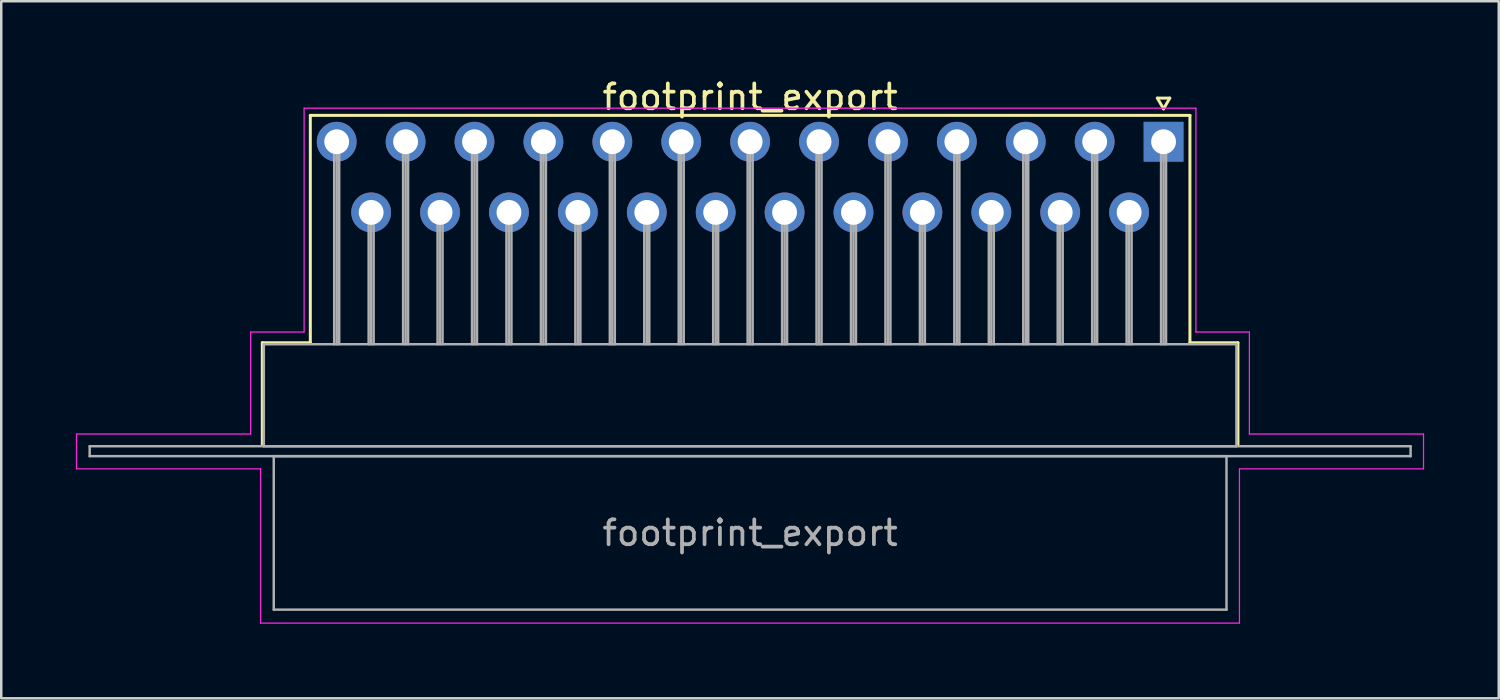
<source format=kicad_pcb>
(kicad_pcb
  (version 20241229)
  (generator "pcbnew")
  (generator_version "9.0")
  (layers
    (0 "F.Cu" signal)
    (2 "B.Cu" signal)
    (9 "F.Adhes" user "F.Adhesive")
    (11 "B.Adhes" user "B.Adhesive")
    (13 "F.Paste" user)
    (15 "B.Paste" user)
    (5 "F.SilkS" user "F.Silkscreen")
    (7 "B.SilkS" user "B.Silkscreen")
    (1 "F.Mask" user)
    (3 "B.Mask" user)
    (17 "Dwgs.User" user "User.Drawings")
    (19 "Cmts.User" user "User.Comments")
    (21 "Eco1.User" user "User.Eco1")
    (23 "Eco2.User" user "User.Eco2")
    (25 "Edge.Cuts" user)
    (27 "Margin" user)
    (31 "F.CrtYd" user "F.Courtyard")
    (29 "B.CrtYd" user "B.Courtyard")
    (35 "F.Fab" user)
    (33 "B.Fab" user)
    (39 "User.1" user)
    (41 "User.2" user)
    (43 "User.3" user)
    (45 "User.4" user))
  (footprint "footprint_export"
    (layer "F.Cu")
    (at 43.725 2.648)
    (property "Reference" "footprint_export" (at -16.62 -1.8 0) (layer "F.SilkS") (effects (font (size 1 1) (thickness 0.15))))
    (attr through_hole)
    (fp_line (start -36.23 8.08) (end -34.3 8.08) (stroke (width 0.12) (type solid)) (layer "F.SilkS"))
    (fp_line (start -36.23 12.18) (end -36.23 8.08) (stroke (width 0.12) (type solid)) (layer "F.SilkS"))
    (fp_line (start -34.3 -1.06) (end 1.06 -1.06) (stroke (width 0.12) (type solid)) (layer "F.SilkS"))
    (fp_line (start -34.3 8.08) (end -34.3 -1.06) (stroke (width 0.12) (type solid)) (layer "F.SilkS"))
    (fp_line (start -0.25 -1.754) (end 0.25 -1.754) (stroke (width 0.12) (type solid)) (layer "F.SilkS"))
    (fp_line (start 0 -1.321) (end -0.25 -1.754) (stroke (width 0.12) (type solid)) (layer "F.SilkS"))
    (fp_line (start 0.25 -1.754) (end 0 -1.321) (stroke (width 0.12) (type solid)) (layer "F.SilkS"))
    (fp_line (start 1.06 -1.06) (end 1.06 8.08) (stroke (width 0.12) (type solid)) (layer "F.SilkS"))
    (fp_line (start 1.06 8.08) (end 2.99 8.08) (stroke (width 0.12) (type solid)) (layer "F.SilkS"))
    (fp_line (start 2.99 8.08) (end 2.99 12.18) (stroke (width 0.12) (type solid)) (layer "F.SilkS"))
    (fp_line (start -43.7 11.75) (end -36.7 11.75) (stroke (width 0.05) (type solid)) (layer "F.CrtYd"))
    (fp_line (start -43.7 13.15) (end -43.7 11.75) (stroke (width 0.05) (type solid)) (layer "F.CrtYd"))
    (fp_line (start -36.7 7.65) (end -34.55 7.65) (stroke (width 0.05) (type solid)) (layer "F.CrtYd"))
    (fp_line (start -36.7 11.75) (end -36.7 7.65) (stroke (width 0.05) (type solid)) (layer "F.CrtYd"))
    (fp_line (start -36.3 13.15) (end -43.7 13.15) (stroke (width 0.05) (type solid)) (layer "F.CrtYd"))
    (fp_line (start -36.3 19.35) (end -36.3 13.15) (stroke (width 0.05) (type solid)) (layer "F.CrtYd"))
    (fp_line (start -34.55 -1.35) (end 1.3 -1.35) (stroke (width 0.05) (type solid)) (layer "F.CrtYd"))
    (fp_line (start -34.55 7.65) (end -34.55 -1.35) (stroke (width 0.05) (type solid)) (layer "F.CrtYd"))
    (fp_line (start 1.3 -1.35) (end 1.3 7.65) (stroke (width 0.05) (type solid)) (layer "F.CrtYd"))
    (fp_line (start 1.3 7.65) (end 3.45 7.65) (stroke (width 0.05) (type solid)) (layer "F.CrtYd"))
    (fp_line (start 3.05 13.15) (end 3.05 19.35) (stroke (width 0.05) (type solid)) (layer "F.CrtYd"))
    (fp_line (start 3.05 19.35) (end -36.3 19.35) (stroke (width 0.05) (type solid)) (layer "F.CrtYd"))
    (fp_line (start 3.45 7.65) (end 3.45 11.75) (stroke (width 0.05) (type solid)) (layer "F.CrtYd"))
    (fp_line (start 3.45 11.75) (end 10.45 11.75) (stroke (width 0.05) (type solid)) (layer "F.CrtYd"))
    (fp_line (start 10.45 11.75) (end 10.45 13.15) (stroke (width 0.05) (type solid)) (layer "F.CrtYd"))
    (fp_line (start 10.45 13.15) (end 3.05 13.15) (stroke (width 0.05) (type solid)) (layer "F.CrtYd"))
    (fp_line (start -43.17 12.24) (end -43.17 12.64) (stroke (width 0.1) (type solid)) (layer "F.Fab"))
    (fp_line (start -43.17 12.64) (end 9.93 12.64) (stroke (width 0.1) (type solid)) (layer "F.Fab"))
    (fp_line (start -36.17 8.14) (end -36.17 12.24) (stroke (width 0.1) (type solid)) (layer "F.Fab"))
    (fp_line (start -36.17 12.24) (end 2.93 12.24) (stroke (width 0.1) (type solid)) (layer "F.Fab"))
    (fp_line (start -35.77 12.64) (end -35.77 18.81) (stroke (width 0.1) (type solid)) (layer "F.Fab"))
    (fp_line (start -35.77 18.81) (end 2.53 18.81) (stroke (width 0.1) (type solid)) (layer "F.Fab"))
    (fp_line (start -33.34 0) (end -33.34 8.14) (stroke (width 0.1) (type solid)) (layer "F.Fab"))
    (fp_line (start -33.24 0) (end -33.24 8.14) (stroke (width 0.1) (type solid)) (layer "F.Fab"))
    (fp_line (start -33.14 0) (end -33.14 8.14) (stroke (width 0.1) (type solid)) (layer "F.Fab"))
    (fp_line (start -31.955 2.84) (end -31.955 8.14) (stroke (width 0.1) (type solid)) (layer "F.Fab"))
    (fp_line (start -31.855 2.84) (end -31.855 8.14) (stroke (width 0.1) (type solid)) (layer "F.Fab"))
    (fp_line (start -31.755 2.84) (end -31.755 8.14) (stroke (width 0.1) (type solid)) (layer "F.Fab"))
    (fp_line (start -30.57 0) (end -30.57 8.14) (stroke (width 0.1) (type solid)) (layer "F.Fab"))
    (fp_line (start -30.47 0) (end -30.47 8.14) (stroke (width 0.1) (type solid)) (layer "F.Fab"))
    (fp_line (start -30.37 0) (end -30.37 8.14) (stroke (width 0.1) (type solid)) (layer "F.Fab"))
    (fp_line (start -29.185 2.84) (end -29.185 8.14) (stroke (width 0.1) (type solid)) (layer "F.Fab"))
    (fp_line (start -29.085 2.84) (end -29.085 8.14) (stroke (width 0.1) (type solid)) (layer "F.Fab"))
    (fp_line (start -28.985 2.84) (end -28.985 8.14) (stroke (width 0.1) (type solid)) (layer "F.Fab"))
    (fp_line (start -27.8 0) (end -27.8 8.14) (stroke (width 0.1) (type solid)) (layer "F.Fab"))
    (fp_line (start -27.7 0) (end -27.7 8.14) (stroke (width 0.1) (type solid)) (layer "F.Fab"))
    (fp_line (start -27.6 0) (end -27.6 8.14) (stroke (width 0.1) (type solid)) (layer "F.Fab"))
    (fp_line (start -26.415 2.84) (end -26.415 8.14) (stroke (width 0.1) (type solid)) (layer "F.Fab"))
    (fp_line (start -26.315 2.84) (end -26.315 8.14) (stroke (width 0.1) (type solid)) (layer "F.Fab"))
    (fp_line (start -26.215 2.84) (end -26.215 8.14) (stroke (width 0.1) (type solid)) (layer "F.Fab"))
    (fp_line (start -25.03 0) (end -25.03 8.14) (stroke (width 0.1) (type solid)) (layer "F.Fab"))
    (fp_line (start -24.93 0) (end -24.93 8.14) (stroke (width 0.1) (type solid)) (layer "F.Fab"))
    (fp_line (start -24.83 0) (end -24.83 8.14) (stroke (width 0.1) (type solid)) (layer "F.Fab"))
    (fp_line (start -23.645 2.84) (end -23.645 8.14) (stroke (width 0.1) (type solid)) (layer "F.Fab"))
    (fp_line (start -23.545 2.84) (end -23.545 8.14) (stroke (width 0.1) (type solid)) (layer "F.Fab"))
    (fp_line (start -23.445 2.84) (end -23.445 8.14) (stroke (width 0.1) (type solid)) (layer "F.Fab"))
    (fp_line (start -22.26 0) (end -22.26 8.14) (stroke (width 0.1) (type solid)) (layer "F.Fab"))
    (fp_line (start -22.16 0) (end -22.16 8.14) (stroke (width 0.1) (type solid)) (layer "F.Fab"))
    (fp_line (start -22.06 0) (end -22.06 8.14) (stroke (width 0.1) (type solid)) (layer "F.Fab"))
    (fp_line (start -20.875 2.84) (end -20.875 8.14) (stroke (width 0.1) (type solid)) (layer "F.Fab"))
    (fp_line (start -20.775 2.84) (end -20.775 8.14) (stroke (width 0.1) (type solid)) (layer "F.Fab"))
    (fp_line (start -20.675 2.84) (end -20.675 8.14) (stroke (width 0.1) (type solid)) (layer "F.Fab"))
    (fp_line (start -19.49 0) (end -19.49 8.14) (stroke (width 0.1) (type solid)) (layer "F.Fab"))
    (fp_line (start -19.39 0) (end -19.39 8.14) (stroke (width 0.1) (type solid)) (layer "F.Fab"))
    (fp_line (start -19.29 0) (end -19.29 8.14) (stroke (width 0.1) (type solid)) (layer "F.Fab"))
    (fp_line (start -18.105 2.84) (end -18.105 8.14) (stroke (width 0.1) (type solid)) (layer "F.Fab"))
    (fp_line (start -18.005 2.84) (end -18.005 8.14) (stroke (width 0.1) (type solid)) (layer "F.Fab"))
    (fp_line (start -17.905 2.84) (end -17.905 8.14) (stroke (width 0.1) (type solid)) (layer "F.Fab"))
    (fp_line (start -16.72 0) (end -16.72 8.14) (stroke (width 0.1) (type solid)) (layer "F.Fab"))
    (fp_line (start -16.62 0) (end -16.62 8.14) (stroke (width 0.1) (type solid)) (layer "F.Fab"))
    (fp_line (start -16.52 0) (end -16.52 8.14) (stroke (width 0.1) (type solid)) (layer "F.Fab"))
    (fp_line (start -15.335 2.84) (end -15.335 8.14) (stroke (width 0.1) (type solid)) (layer "F.Fab"))
    (fp_line (start -15.235 2.84) (end -15.235 8.14) (stroke (width 0.1) (type solid)) (layer "F.Fab"))
    (fp_line (start -15.135 2.84) (end -15.135 8.14) (stroke (width 0.1) (type solid)) (layer "F.Fab"))
    (fp_line (start -13.95 0) (end -13.95 8.14) (stroke (width 0.1) (type solid)) (layer "F.Fab"))
    (fp_line (start -13.85 0) (end -13.85 8.14) (stroke (width 0.1) (type solid)) (layer "F.Fab"))
    (fp_line (start -13.75 0) (end -13.75 8.14) (stroke (width 0.1) (type solid)) (layer "F.Fab"))
    (fp_line (start -12.565 2.84) (end -12.565 8.14) (stroke (width 0.1) (type solid)) (layer "F.Fab"))
    (fp_line (start -12.465 2.84) (end -12.465 8.14) (stroke (width 0.1) (type solid)) (layer "F.Fab"))
    (fp_line (start -12.365 2.84) (end -12.365 8.14) (stroke (width 0.1) (type solid)) (layer "F.Fab"))
    (fp_line (start -11.18 0) (end -11.18 8.14) (stroke (width 0.1) (type solid)) (layer "F.Fab"))
    (fp_line (start -11.08 0) (end -11.08 8.14) (stroke (width 0.1) (type solid)) (layer "F.Fab"))
    (fp_line (start -10.98 0) (end -10.98 8.14) (stroke (width 0.1) (type solid)) (layer "F.Fab"))
    (fp_line (start -9.795 2.84) (end -9.795 8.14) (stroke (width 0.1) (type solid)) (layer "F.Fab"))
    (fp_line (start -9.695 2.84) (end -9.695 8.14) (stroke (width 0.1) (type solid)) (layer "F.Fab"))
    (fp_line (start -9.595 2.84) (end -9.595 8.14) (stroke (width 0.1) (type solid)) (layer "F.Fab"))
    (fp_line (start -8.41 0) (end -8.41 8.14) (stroke (width 0.1) (type solid)) (layer "F.Fab"))
    (fp_line (start -8.31 0) (end -8.31 8.14) (stroke (width 0.1) (type solid)) (layer "F.Fab"))
    (fp_line (start -8.21 0) (end -8.21 8.14) (stroke (width 0.1) (type solid)) (layer "F.Fab"))
    (fp_line (start -7.025 2.84) (end -7.025 8.14) (stroke (width 0.1) (type solid)) (layer "F.Fab"))
    (fp_line (start -6.925 2.84) (end -6.925 8.14) (stroke (width 0.1) (type solid)) (layer "F.Fab"))
    (fp_line (start -6.825 2.84) (end -6.825 8.14) (stroke (width 0.1) (type solid)) (layer "F.Fab"))
    (fp_line (start -5.64 0) (end -5.64 8.14) (stroke (width 0.1) (type solid)) (layer "F.Fab"))
    (fp_line (start -5.54 0) (end -5.54 8.14) (stroke (width 0.1) (type solid)) (layer "F.Fab"))
    (fp_line (start -5.44 0) (end -5.44 8.14) (stroke (width 0.1) (type solid)) (layer "F.Fab"))
    (fp_line (start -4.255 2.84) (end -4.255 8.14) (stroke (width 0.1) (type solid)) (layer "F.Fab"))
    (fp_line (start -4.155 2.84) (end -4.155 8.14) (stroke (width 0.1) (type solid)) (layer "F.Fab"))
    (fp_line (start -4.055 2.84) (end -4.055 8.14) (stroke (width 0.1) (type solid)) (layer "F.Fab"))
    (fp_line (start -2.87 0) (end -2.87 8.14) (stroke (width 0.1) (type solid)) (layer "F.Fab"))
    (fp_line (start -2.77 0) (end -2.77 8.14) (stroke (width 0.1) (type solid)) (layer "F.Fab"))
    (fp_line (start -2.67 0) (end -2.67 8.14) (stroke (width 0.1) (type solid)) (layer "F.Fab"))
    (fp_line (start -1.485 2.84) (end -1.485 8.14) (stroke (width 0.1) (type solid)) (layer "F.Fab"))
    (fp_line (start -1.385 2.84) (end -1.385 8.14) (stroke (width 0.1) (type solid)) (layer "F.Fab"))
    (fp_line (start -1.285 2.84) (end -1.285 8.14) (stroke (width 0.1) (type solid)) (layer "F.Fab"))
    (fp_line (start -0.1 0) (end -0.1 8.14) (stroke (width 0.1) (type solid)) (layer "F.Fab"))
    (fp_line (start 0 0) (end 0 8.14) (stroke (width 0.1) (type solid)) (layer "F.Fab"))
    (fp_line (start 0.1 0) (end 0.1 8.14) (stroke (width 0.1) (type solid)) (layer "F.Fab"))
    (fp_line (start 2.53 12.64) (end -35.77 12.64) (stroke (width 0.1) (type solid)) (layer "F.Fab"))
    (fp_line (start 2.53 18.81) (end 2.53 12.64) (stroke (width 0.1) (type solid)) (layer "F.Fab"))
    (fp_line (start 2.93 8.14) (end -36.17 8.14) (stroke (width 0.1) (type solid)) (layer "F.Fab"))
    (fp_line (start 2.93 12.24) (end 2.93 8.14) (stroke (width 0.1) (type solid)) (layer "F.Fab"))
    (fp_line (start 9.93 12.24) (end -43.17 12.24) (stroke (width 0.1) (type solid)) (layer "F.Fab"))
    (fp_line (start 9.93 12.64) (end 9.93 12.24) (stroke (width 0.1) (type solid)) (layer "F.Fab"))
    (fp_text user "${REFERENCE}" (at -16.62 15.725 0) (layer "F.Fab") (effects (font (size 1 1) (thickness 0.15))))
    (pad "1" thru_hole rect (at 0 0) (size 1.6 1.6) (drill 1) (layers "*.Cu" "*.Mask"))
    (pad "2" thru_hole circle (at -2.77 0) (size 1.6 1.6) (drill 1) (layers "*.Cu" "*.Mask"))
    (pad "3" thru_hole circle (at -5.54 0) (size 1.6 1.6) (drill 1) (layers "*.Cu" "*.Mask"))
    (pad "4" thru_hole circle (at -8.31 0) (size 1.6 1.6) (drill 1) (layers "*.Cu" "*.Mask"))
    (pad "5" thru_hole circle (at -11.08 0) (size 1.6 1.6) (drill 1) (layers "*.Cu" "*.Mask"))
    (pad "6" thru_hole circle (at -13.85 0) (size 1.6 1.6) (drill 1) (layers "*.Cu" "*.Mask"))
    (pad "7" thru_hole circle (at -16.62 0) (size 1.6 1.6) (drill 1) (layers "*.Cu" "*.Mask"))
    (pad "8" thru_hole circle (at -19.39 0) (size 1.6 1.6) (drill 1) (layers "*.Cu" "*.Mask"))
    (pad "9" thru_hole circle (at -22.16 0) (size 1.6 1.6) (drill 1) (layers "*.Cu" "*.Mask"))
    (pad "10" thru_hole circle (at -24.93 0) (size 1.6 1.6) (drill 1) (layers "*.Cu" "*.Mask"))
    (pad "11" thru_hole circle (at -27.7 0) (size 1.6 1.6) (drill 1) (layers "*.Cu" "*.Mask"))
    (pad "12" thru_hole circle (at -30.47 0) (size 1.6 1.6) (drill 1) (layers "*.Cu" "*.Mask"))
    (pad "13" thru_hole circle (at -33.24 0) (size 1.6 1.6) (drill 1) (layers "*.Cu" "*.Mask"))
    (pad "14" thru_hole circle (at -1.385 2.84) (size 1.6 1.6) (drill 1) (layers "*.Cu" "*.Mask"))
    (pad "15" thru_hole circle (at -4.155 2.84) (size 1.6 1.6) (drill 1) (layers "*.Cu" "*.Mask"))
    (pad "16" thru_hole circle (at -6.925 2.84) (size 1.6 1.6) (drill 1) (layers "*.Cu" "*.Mask"))
    (pad "17" thru_hole circle (at -9.695 2.84) (size 1.6 1.6) (drill 1) (layers "*.Cu" "*.Mask"))
    (pad "18" thru_hole circle (at -12.465 2.84) (size 1.6 1.6) (drill 1) (layers "*.Cu" "*.Mask"))
    (pad "19" thru_hole circle (at -15.235 2.84) (size 1.6 1.6) (drill 1) (layers "*.Cu" "*.Mask"))
    (pad "20" thru_hole circle (at -18.005 2.84) (size 1.6 1.6) (drill 1) (layers "*.Cu" "*.Mask"))
    (pad "21" thru_hole circle (at -20.775 2.84) (size 1.6 1.6) (drill 1) (layers "*.Cu" "*.Mask"))
    (pad "22" thru_hole circle (at -23.545 2.84) (size 1.6 1.6) (drill 1) (layers "*.Cu" "*.Mask"))
    (pad "23" thru_hole circle (at -26.315 2.84) (size 1.6 1.6) (drill 1) (layers "*.Cu" "*.Mask"))
    (pad "24" thru_hole circle (at -29.085 2.84) (size 1.6 1.6) (drill 1) (layers "*.Cu" "*.Mask"))
    (pad "25" thru_hole circle (at -31.855 2.84) (size 1.6 1.6) (drill 1) (layers "*.Cu" "*.Mask")))
  (gr_rect
    (start -3 -3)
    (end 57.2 25.023)
    (stroke (width 0.1) (type default))
    (fill no)
    (layer "Edge.Cuts")))
</source>
